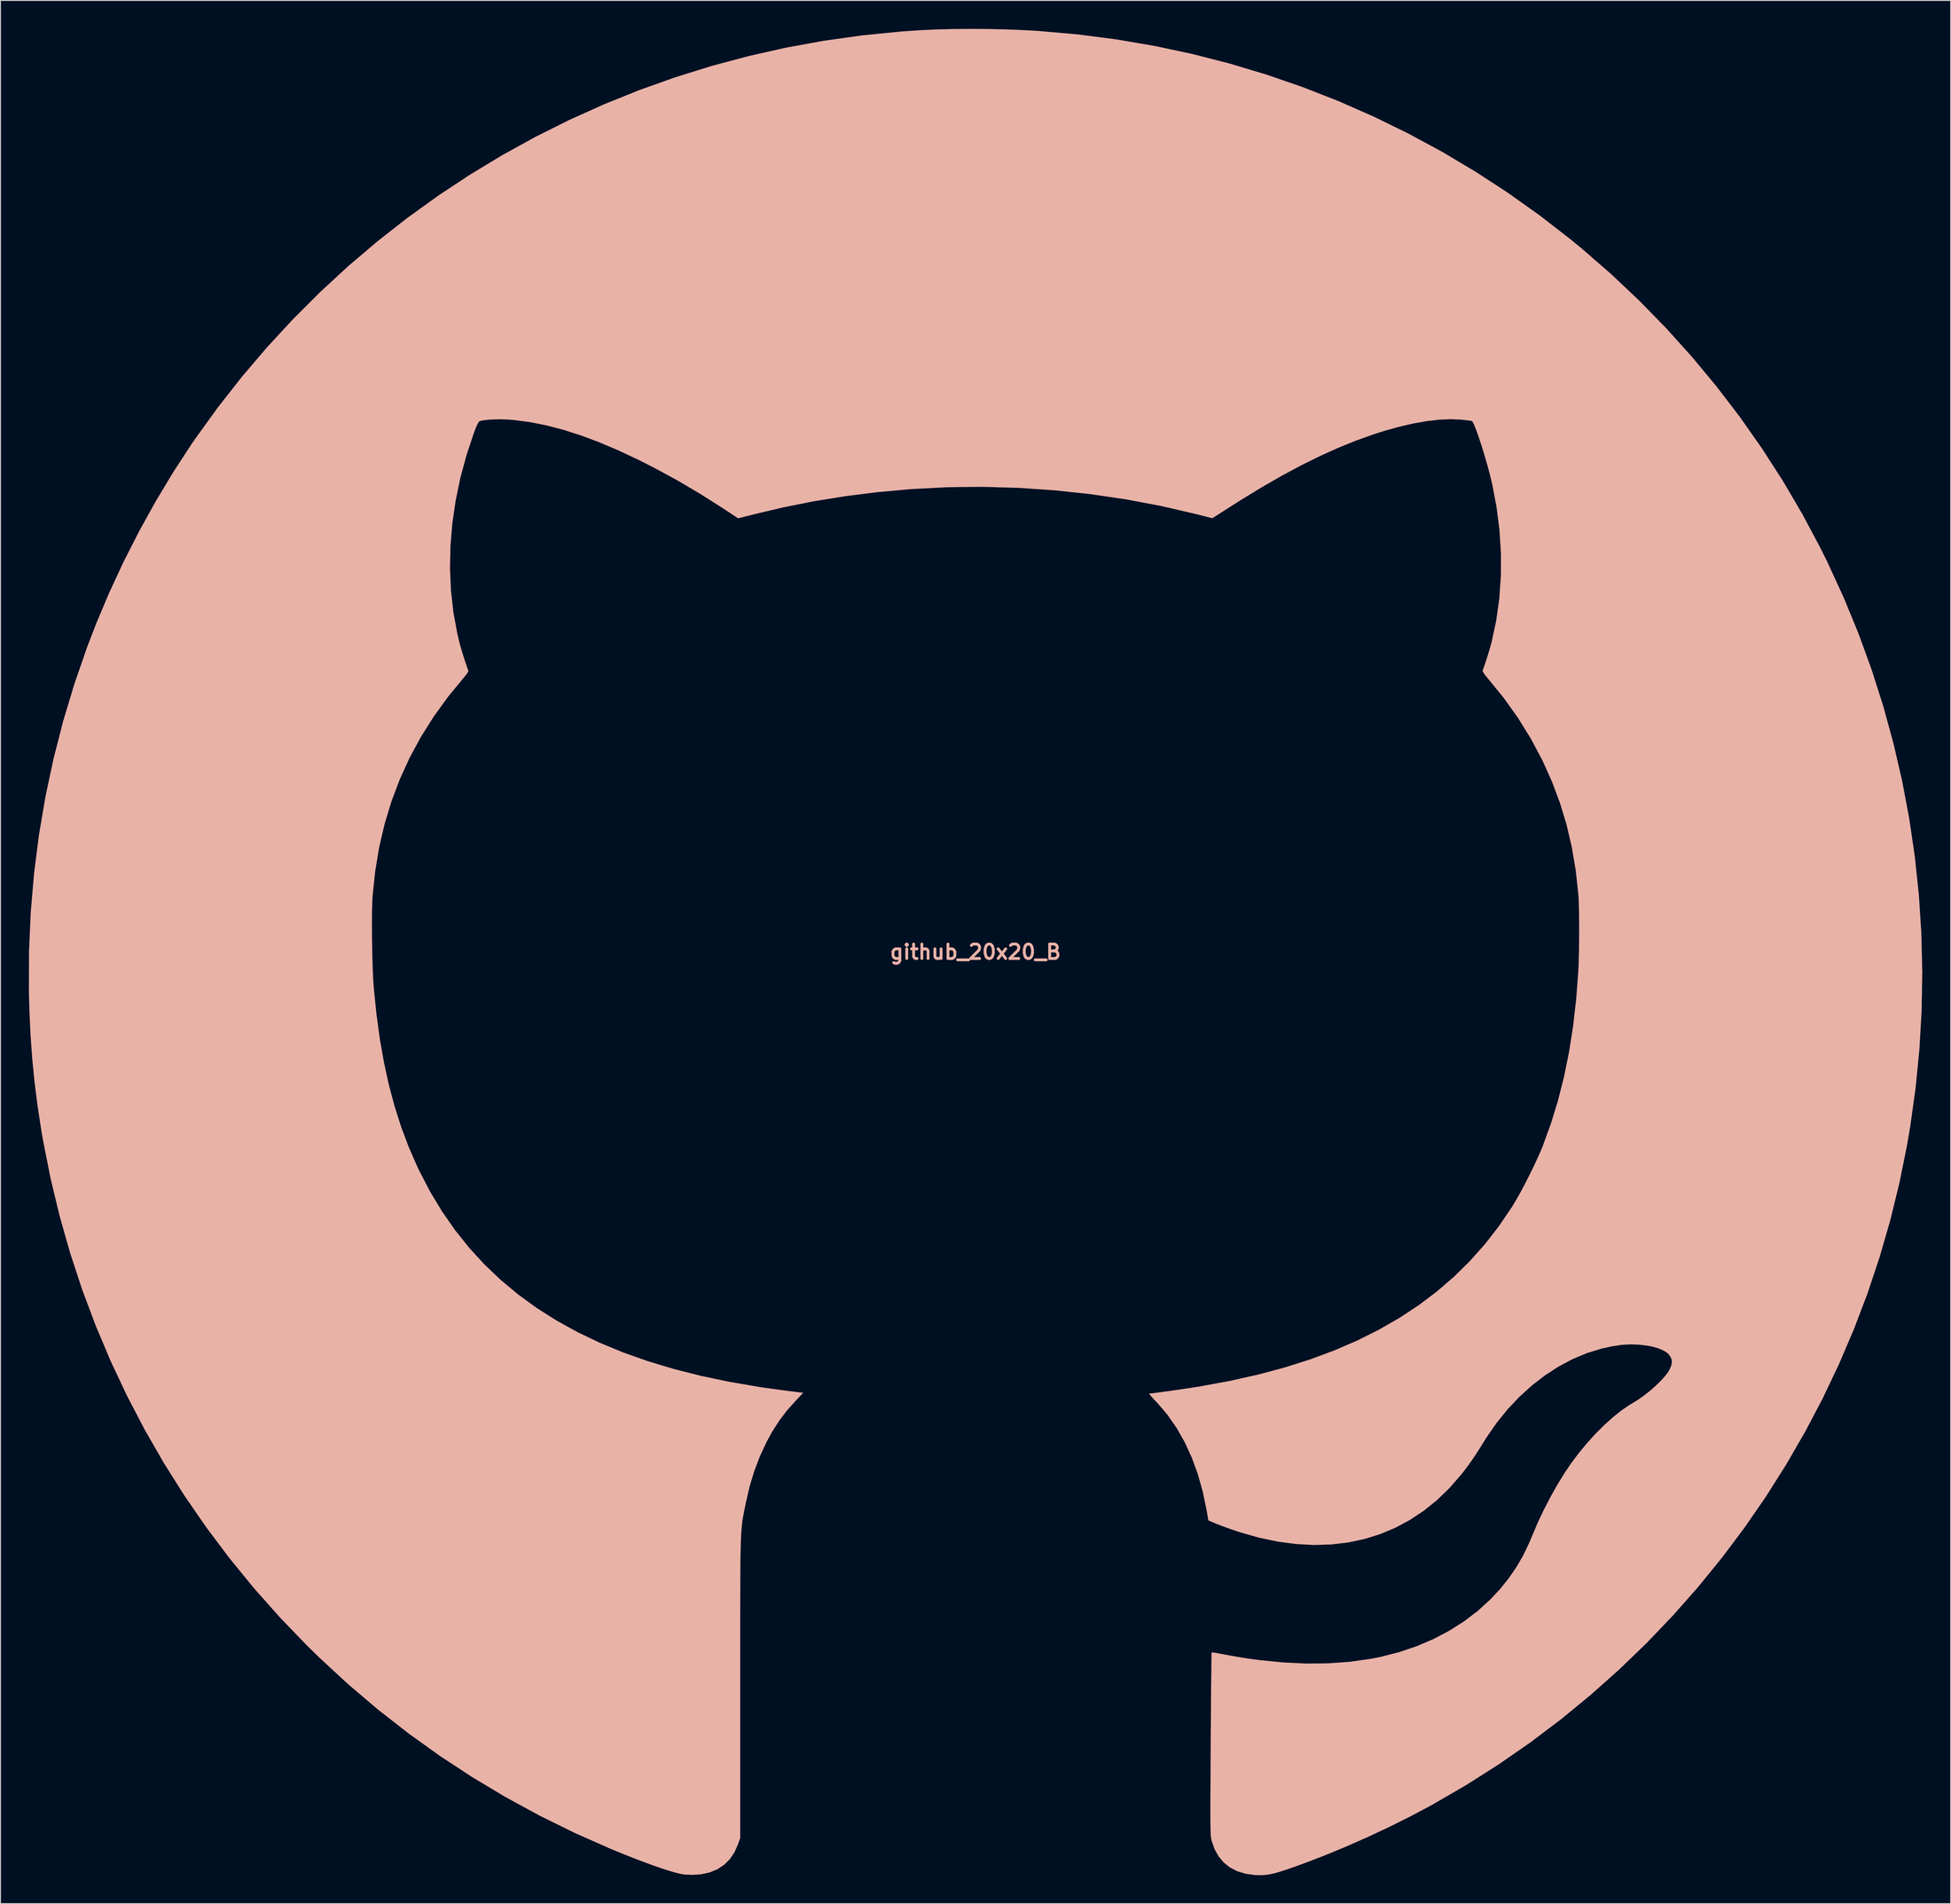
<source format=kicad_pcb>
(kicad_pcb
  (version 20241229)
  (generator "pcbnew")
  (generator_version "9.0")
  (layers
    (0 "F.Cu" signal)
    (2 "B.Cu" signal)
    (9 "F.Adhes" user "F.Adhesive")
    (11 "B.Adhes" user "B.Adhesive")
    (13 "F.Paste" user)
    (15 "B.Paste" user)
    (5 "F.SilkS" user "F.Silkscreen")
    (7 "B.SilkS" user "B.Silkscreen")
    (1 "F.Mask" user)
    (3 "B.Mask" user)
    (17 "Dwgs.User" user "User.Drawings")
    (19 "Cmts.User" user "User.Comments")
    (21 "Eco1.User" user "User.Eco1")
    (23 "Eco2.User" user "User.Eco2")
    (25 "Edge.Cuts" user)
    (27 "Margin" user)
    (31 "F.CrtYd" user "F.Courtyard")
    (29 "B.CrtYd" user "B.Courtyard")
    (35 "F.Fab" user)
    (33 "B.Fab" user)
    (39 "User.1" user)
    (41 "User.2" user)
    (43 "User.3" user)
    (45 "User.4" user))
  (footprint "github_20x20_B"
    (layer "F.Cu")
    (at 99.968 97.509)
    (property "Reference" "github_20x20_B" (at 0 0 0) (layer "B.SilkS") (effects (font (size 1.524 1.524) (thickness 0.3))))
    (attr through_hole)
    (fp_poly (pts (xy 1.262 -97.491) (xy 3.142 -97.45) (xy 4.972 -97.379) (xy 6.689 -97.281) (xy 10.797 -96.92) (xy 14.871 -96.394) (xy 18.906 -95.704) (xy 22.898 -94.853) (xy 26.843 -93.842) (xy 30.737 -92.673) (xy 34.576 -91.347) (xy 38.355 -89.866) (xy 42.072 -88.232) (xy 45.721 -86.446) (xy 49.299 -84.51) (xy 52.801 -82.425) (xy 56.224 -80.194) (xy 59.564 -77.817) (xy 62.815 -75.297) (xy 64.044 -74.288) (xy 67.121 -71.611) (xy 70.085 -68.812) (xy 72.933 -65.896) (xy 75.66 -62.868) (xy 78.261 -59.735) (xy 80.732 -56.503) (xy 83.067 -53.176) (xy 85.264 -49.763) (xy 87.316 -46.266) (xy 89.219 -42.694) (xy 89.965 -41.19) (xy 91.68 -37.46) (xy 93.237 -33.674) (xy 94.634 -29.837) (xy 95.871 -25.955) (xy 96.946 -22.031) (xy 97.861 -18.07) (xy 98.613 -14.078) (xy 99.203 -10.059) (xy 99.629 -6.018) (xy 99.891 -1.959) (xy 99.988 2.113) (xy 99.92 6.192) (xy 99.686 10.275) (xy 99.285 14.356) (xy 98.717 18.431) (xy 98.374 20.443) (xy 97.567 24.433) (xy 96.601 28.371) (xy 95.477 32.254) (xy 94.201 36.077) (xy 92.773 39.836) (xy 91.197 43.528) (xy 89.477 47.147) (xy 87.614 50.691) (xy 85.612 54.155) (xy 83.474 57.535) (xy 81.203 60.827) (xy 78.802 64.027) (xy 76.273 67.13) (xy 73.62 70.134) (xy 70.845 73.033) (xy 67.952 75.823) (xy 64.943 78.501) (xy 61.822 81.063) (xy 58.591 83.504) (xy 55.253 85.821) (xy 51.811 88.009) (xy 48.268 90.064) (xy 47.965 90.231) (xy 45.889 91.332) (xy 43.698 92.424) (xy 41.442 93.483) (xy 39.169 94.488) (xy 36.928 95.415) (xy 35.075 96.13) (xy 34.132 96.477) (xy 33.328 96.766) (xy 32.641 96.999) (xy 32.055 97.184) (xy 31.549 97.323) (xy 31.106 97.422) (xy 30.704 97.485) (xy 30.327 97.517) (xy 29.954 97.523) (xy 29.567 97.508) (xy 29.506 97.504) (xy 28.526 97.369) (xy 27.65 97.103) (xy 26.883 96.707) (xy 26.227 96.185) (xy 25.682 95.536) (xy 25.253 94.765) (xy 24.942 93.872) (xy 24.926 93.811) (xy 24.904 93.715) (xy 24.885 93.602) (xy 24.868 93.462) (xy 24.854 93.284) (xy 24.842 93.061) (xy 24.832 92.781) (xy 24.825 92.436) (xy 24.819 92.016) (xy 24.816 91.51) (xy 24.814 90.91) (xy 24.814 90.205) (xy 24.816 89.387) (xy 24.82 88.445) (xy 24.825 87.37) (xy 24.832 86.152) (xy 24.841 84.782) (xy 24.848 83.651) (xy 24.856 82.39) (xy 24.865 81.176) (xy 24.874 80.021) (xy 24.883 78.935) (xy 24.891 77.929) (xy 24.9 77.013) (xy 24.908 76.199) (xy 24.916 75.496) (xy 24.924 74.916) (xy 24.931 74.469) (xy 24.937 74.167) (xy 24.942 74.019) (xy 24.944 74.005) (xy 25.038 74.001) (xy 25.25 74.026) (xy 25.507 74.07) (xy 26.355 74.23) (xy 27.07 74.362) (xy 27.685 74.47) (xy 28.234 74.562) (xy 28.749 74.641) (xy 29.264 74.714) (xy 29.81 74.786) (xy 29.93 74.801) (xy 32.472 75.057) (xy 34.92 75.173) (xy 37.272 75.15) (xy 39.53 74.987) (xy 41.693 74.684) (xy 42.799 74.467) (xy 44.74 73.971) (xy 46.602 73.342) (xy 48.376 72.584) (xy 50.053 71.701) (xy 51.627 70.7) (xy 53.088 69.583) (xy 54.428 68.357) (xy 55.411 67.297) (xy 56.334 66.149) (xy 57.134 64.987) (xy 57.839 63.769) (xy 58.472 62.451) (xy 58.809 61.646) (xy 59.375 60.313) (xy 60.024 58.942) (xy 60.732 57.574) (xy 61.477 56.252) (xy 62.237 55.017) (xy 62.928 53.996) (xy 63.743 52.912) (xy 64.61 51.867) (xy 65.511 50.878) (xy 66.428 49.963) (xy 67.341 49.142) (xy 68.231 48.432) (xy 69.08 47.851) (xy 69.396 47.665) (xy 69.993 47.296) (xy 70.61 46.858) (xy 71.222 46.373) (xy 71.805 45.864) (xy 72.333 45.354) (xy 72.782 44.864) (xy 73.127 44.417) (xy 73.306 44.119) (xy 73.49 43.687) (xy 73.562 43.338) (xy 73.523 43.032) (xy 73.395 42.758) (xy 73.236 42.523) (xy 73.065 42.35) (xy 72.834 42.197) (xy 72.517 42.036) (xy 72.065 41.849) (xy 71.563 41.703) (xy 70.974 41.589) (xy 70.26 41.499) (xy 70.124 41.485) (xy 69.215 41.445) (xy 68.257 41.5) (xy 67.222 41.653) (xy 66.098 41.902) (xy 64.568 42.374) (xy 63.06 43.006) (xy 61.584 43.791) (xy 60.151 44.719) (xy 58.773 45.783) (xy 57.458 46.975) (xy 56.217 48.286) (xy 55.062 49.708) (xy 54.002 51.232) (xy 53.716 51.689) (xy 53.099 52.676) (xy 52.527 53.542) (xy 51.976 54.321) (xy 51.424 55.047) (xy 51.321 55.175) (xy 50.079 56.603) (xy 48.759 57.882) (xy 47.363 59.01) (xy 45.895 59.988) (xy 44.358 60.814) (xy 42.756 61.487) (xy 41.09 62.008) (xy 39.365 62.374) (xy 37.584 62.585) (xy 35.748 62.641) (xy 33.863 62.541) (xy 31.93 62.284) (xy 29.952 61.868) (xy 27.934 61.294) (xy 27.559 61.172) (xy 27.03 60.991) (xy 26.484 60.796) (xy 25.973 60.608) (xy 25.548 60.443) (xy 25.403 60.384) (xy 24.602 60.048) (xy 24.41 58.938) (xy 24.006 56.993) (xy 23.486 55.15) (xy 22.852 53.415) (xy 22.108 51.793) (xy 21.256 50.29) (xy 20.299 48.912) (xy 19.238 47.664) (xy 19.147 47.568) (xy 18.847 47.25) (xy 18.603 46.98) (xy 18.43 46.779) (xy 18.349 46.667) (xy 18.348 46.651) (xy 18.512 46.639) (xy 18.819 46.604) (xy 19.245 46.551) (xy 19.764 46.481) (xy 20.353 46.4) (xy 20.988 46.31) (xy 21.643 46.215) (xy 22.294 46.118) (xy 22.917 46.023) (xy 23.487 45.934) (xy 23.791 45.884) (xy 26.889 45.314) (xy 29.847 44.652) (xy 32.666 43.896) (xy 35.35 43.045) (xy 37.9 42.098) (xy 40.32 41.053) (xy 42.611 39.908) (xy 44.777 38.663) (xy 46.819 37.316) (xy 48.74 35.865) (xy 50.542 34.31) (xy 52.229 32.648) (xy 53.801 30.879) (xy 55.263 29) (xy 56.615 27.011) (xy 56.736 26.819) (xy 57.129 26.164) (xy 57.563 25.389) (xy 58.02 24.531) (xy 58.481 23.629) (xy 58.927 22.719) (xy 59.338 21.842) (xy 59.696 21.033) (xy 59.92 20.489) (xy 60.781 18.129) (xy 61.53 15.686) (xy 62.171 13.151) (xy 62.704 10.514) (xy 63.131 7.768) (xy 63.455 4.903) (xy 63.67 2.034) (xy 63.7 1.39) (xy 63.724 0.639) (xy 63.742 -0.192) (xy 63.754 -1.073) (xy 63.759 -1.976) (xy 63.759 -2.871) (xy 63.752 -3.73) (xy 63.738 -4.525) (xy 63.719 -5.226) (xy 63.693 -5.804) (xy 63.673 -6.096) (xy 63.398 -8.627) (xy 62.987 -11.065) (xy 62.436 -13.424) (xy 61.743 -15.718) (xy 60.904 -17.96) (xy 59.914 -20.164) (xy 59.859 -20.278) (xy 58.651 -22.549) (xy 57.298 -24.732) (xy 55.8 -26.831) (xy 54.278 -28.702) (xy 53.932 -29.117) (xy 53.696 -29.431) (xy 53.576 -29.638) (xy 53.563 -29.718) (xy 53.691 -30.062) (xy 53.849 -30.524) (xy 54.023 -31.056) (xy 54.196 -31.614) (xy 54.355 -32.15) (xy 54.485 -32.619) (xy 54.524 -32.766) (xy 55.006 -35.031) (xy 55.329 -37.348) (xy 55.494 -39.71) (xy 55.5 -42.11) (xy 55.348 -44.542) (xy 55.036 -46.998) (xy 54.599 -49.318) (xy 54.454 -49.943) (xy 54.283 -50.62) (xy 54.092 -51.331) (xy 53.885 -52.056) (xy 53.671 -52.776) (xy 53.455 -53.472) (xy 53.242 -54.126) (xy 53.04 -54.716) (xy 52.853 -55.226) (xy 52.69 -55.634) (xy 52.554 -55.923) (xy 52.454 -56.073) (xy 52.432 -56.087) (xy 52.305 -56.113) (xy 52.049 -56.15) (xy 51.701 -56.192) (xy 51.348 -56.23) (xy 50.23 -56.283) (xy 48.993 -56.232) (xy 47.646 -56.077) (xy 46.202 -55.821) (xy 44.672 -55.465) (xy 43.066 -55.012) (xy 42.079 -54.697) (xy 40.224 -54.034) (xy 38.336 -53.27) (xy 36.407 -52.401) (xy 34.424 -51.421) (xy 32.376 -50.323) (xy 30.255 -49.104) (xy 28.047 -47.757) (xy 26.966 -47.071) (xy 25.019 -45.821) (xy 23.241 -46.273) (xy 19.616 -47.113) (xy 15.916 -47.81) (xy 12.163 -48.363) (xy 8.374 -48.769) (xy 4.571 -49.028) (xy 0.772 -49.138) (xy -3.002 -49.096) (xy -6.732 -48.901) (xy -6.838 -48.894) (xy -10.335 -48.576) (xy -13.724 -48.153) (xy -17.031 -47.619) (xy -20.284 -46.97) (xy -23.087 -46.311) (xy -25.064 -45.812) (xy -26.65 -46.857) (xy -29.076 -48.401) (xy -31.472 -49.816) (xy -33.883 -51.127) (xy -35.664 -52.027) (xy -37.764 -53.011) (xy -39.771 -53.86) (xy -41.695 -54.579) (xy -43.544 -55.169) (xy -45.326 -55.633) (xy -47.049 -55.973) (xy -48.723 -56.193) (xy -49.139 -56.229) (xy -49.702 -56.261) (xy -50.287 -56.27) (xy -50.862 -56.258) (xy -51.396 -56.228) (xy -51.854 -56.182) (xy -52.205 -56.12) (xy -52.4 -56.054) (xy -52.501 -55.933) (xy -52.64 -55.665) (xy -52.81 -55.267) (xy -52.954 -54.887) (xy -53.752 -52.495) (xy -54.402 -50.086) (xy -54.902 -47.671) (xy -55.252 -45.26) (xy -55.451 -42.863) (xy -55.499 -40.491) (xy -55.394 -38.154) (xy -55.137 -35.861) (xy -54.726 -33.623) (xy -54.524 -32.766) (xy -54.411 -32.347) (xy -54.266 -31.845) (xy -54.101 -31.305) (xy -53.931 -30.771) (xy -53.769 -30.286) (xy -53.63 -29.893) (xy -53.561 -29.718) (xy -53.591 -29.584) (xy -53.741 -29.349) (xy -54.004 -29.024) (xy -54.026 -28.998) (xy -55.697 -26.967) (xy -57.207 -24.88) (xy -58.559 -22.735) (xy -59.754 -20.53) (xy -60.792 -18.262) (xy -61.674 -15.929) (xy -62.403 -13.527) (xy -62.978 -11.054) (xy -63.401 -8.507) (xy -63.673 -5.885) (xy -63.675 -5.849) (xy -63.704 -5.311) (xy -63.725 -4.632) (xy -63.737 -3.838) (xy -63.741 -2.957) (xy -63.738 -2.017) (xy -63.728 -1.045) (xy -63.711 -0.068) (xy -63.687 0.886) (xy -63.658 1.789) (xy -63.622 2.616) (xy -63.582 3.337) (xy -63.546 3.81) (xy -63.266 6.567) (xy -62.91 9.183) (xy -62.473 11.67) (xy -61.954 14.041) (xy -61.349 16.307) (xy -60.656 18.48) (xy -59.871 20.572) (xy -58.991 22.595) (xy -58.724 23.157) (xy -57.584 25.346) (xy -56.33 27.423) (xy -54.962 29.389) (xy -53.479 31.247) (xy -51.877 32.996) (xy -50.155 34.638) (xy -48.313 36.175) (xy -46.347 37.606) (xy -44.255 38.934) (xy -42.038 40.159) (xy -39.691 41.283) (xy -37.214 42.306) (xy -34.606 43.23) (xy -31.863 44.057) (xy -28.984 44.786) (xy -25.968 45.419) (xy -22.813 45.958) (xy -22.479 46.008) (xy -22.079 46.066) (xy -21.6 46.133) (xy -21.068 46.206) (xy -20.513 46.281) (xy -19.961 46.353) (xy -19.44 46.421) (xy -18.978 46.48) (xy -18.601 46.526) (xy -18.338 46.556) (xy -18.217 46.567) (xy -18.257 46.624) (xy -18.397 46.78) (xy -18.614 47.013) (xy -18.888 47.301) (xy -18.976 47.392) (xy -19.908 48.431) (xy -20.733 49.516) (xy -21.481 50.69) (xy -22.079 51.79) (xy -22.778 53.292) (xy -23.364 54.831) (xy -23.851 56.444) (xy -24.251 58.171) (xy -24.258 58.208) (xy -24.328 58.555) (xy -24.392 58.871) (xy -24.451 59.163) (xy -24.505 59.441) (xy -24.553 59.711) (xy -24.597 59.982) (xy -24.636 60.263) (xy -24.671 60.561) (xy -24.702 60.884) (xy -24.729 61.24) (xy -24.753 61.638) (xy -24.773 62.085) (xy -24.791 62.589) (xy -24.805 63.159) (xy -24.817 63.803) (xy -24.827 64.529) (xy -24.835 65.344) (xy -24.84 66.257) (xy -24.844 67.276) (xy -24.847 68.409) (xy -24.849 69.664) (xy -24.85 71.05) (xy -24.85 72.573) (xy -24.85 74.243) (xy -24.85 76.067) (xy -24.85 77.766) (xy -24.85 93.599) (xy -25.086 94.276) (xy -25.459 95.115) (xy -25.947 95.832) (xy -26.546 96.425) (xy -27.249 96.889) (xy -28.053 97.224) (xy -28.951 97.425) (xy -29.939 97.49) (xy -30.803 97.441) (xy -31.201 97.372) (xy -31.738 97.237) (xy -32.401 97.041) (xy -33.175 96.79) (xy -34.046 96.487) (xy -35 96.138) (xy -36.023 95.749) (xy -37.1 95.323) (xy -38.217 94.867) (xy -38.523 94.739) (xy -42.315 93.059) (xy -46.015 91.236) (xy -49.624 89.271) (xy -53.14 87.165) (xy -56.562 84.919) (xy -59.889 82.532) (xy -63.119 80.007) (xy -66.251 77.344) (xy -69.284 74.543) (xy -70.617 73.237) (xy -73.475 70.269) (xy -76.199 67.198) (xy -78.786 64.03) (xy -81.236 60.767) (xy -83.545 57.415) (xy -85.713 53.976) (xy -87.736 50.456) (xy -89.613 46.858) (xy -91.341 43.185) (xy -92.919 39.443) (xy -94.345 35.634) (xy -95.616 31.764) (xy -96.731 27.835) (xy -97.687 23.852) (xy -98.483 19.819) (xy -98.672 18.711) (xy -99.056 16.184) (xy -99.369 13.703) (xy -99.613 11.225) (xy -99.792 8.706) (xy -99.91 6.103) (xy -99.963 3.979) (xy -99.946 -0.151) (xy -99.762 -4.258) (xy -99.411 -8.34) (xy -98.894 -12.395) (xy -98.209 -16.421) (xy -97.359 -20.415) (xy -96.344 -24.376) (xy -95.163 -28.3) (xy -93.817 -32.186) (xy -92.862 -34.671) (xy -91.482 -37.945) (xy -89.962 -41.212) (xy -88.319 -44.441) (xy -86.567 -47.605) (xy -84.723 -50.673) (xy -82.802 -53.617) (xy -82.44 -54.144) (xy -80.021 -57.498) (xy -77.484 -60.733) (xy -74.831 -63.848) (xy -72.068 -66.841) (xy -69.199 -69.709) (xy -66.226 -72.45) (xy -63.154 -75.062) (xy -59.988 -77.542) (xy -56.73 -79.889) (xy -53.386 -82.1) (xy -49.958 -84.173) (xy -46.451 -86.105) (xy -42.869 -87.895) (xy -39.216 -89.54) (xy -35.495 -91.038) (xy -31.711 -92.387) (xy -27.867 -93.585) (xy -23.968 -94.628) (xy -20.018 -95.516) (xy -16.019 -96.246) (xy -11.978 -96.815) (xy -7.896 -97.222) (xy -5.884 -97.361) (xy -4.24 -97.439) (xy -2.472 -97.486) (xy -0.623 -97.504) (xy 1.262 -97.491)) (stroke (width 0.01) (type solid)) (fill yes) (layer "B.SilkS")))
  (gr_rect
    (start -3 -3)
    (end 202.961 198.037)
    (stroke (width 0.1) (type default))
    (fill no)
    (layer "Edge.Cuts")))
</source>
